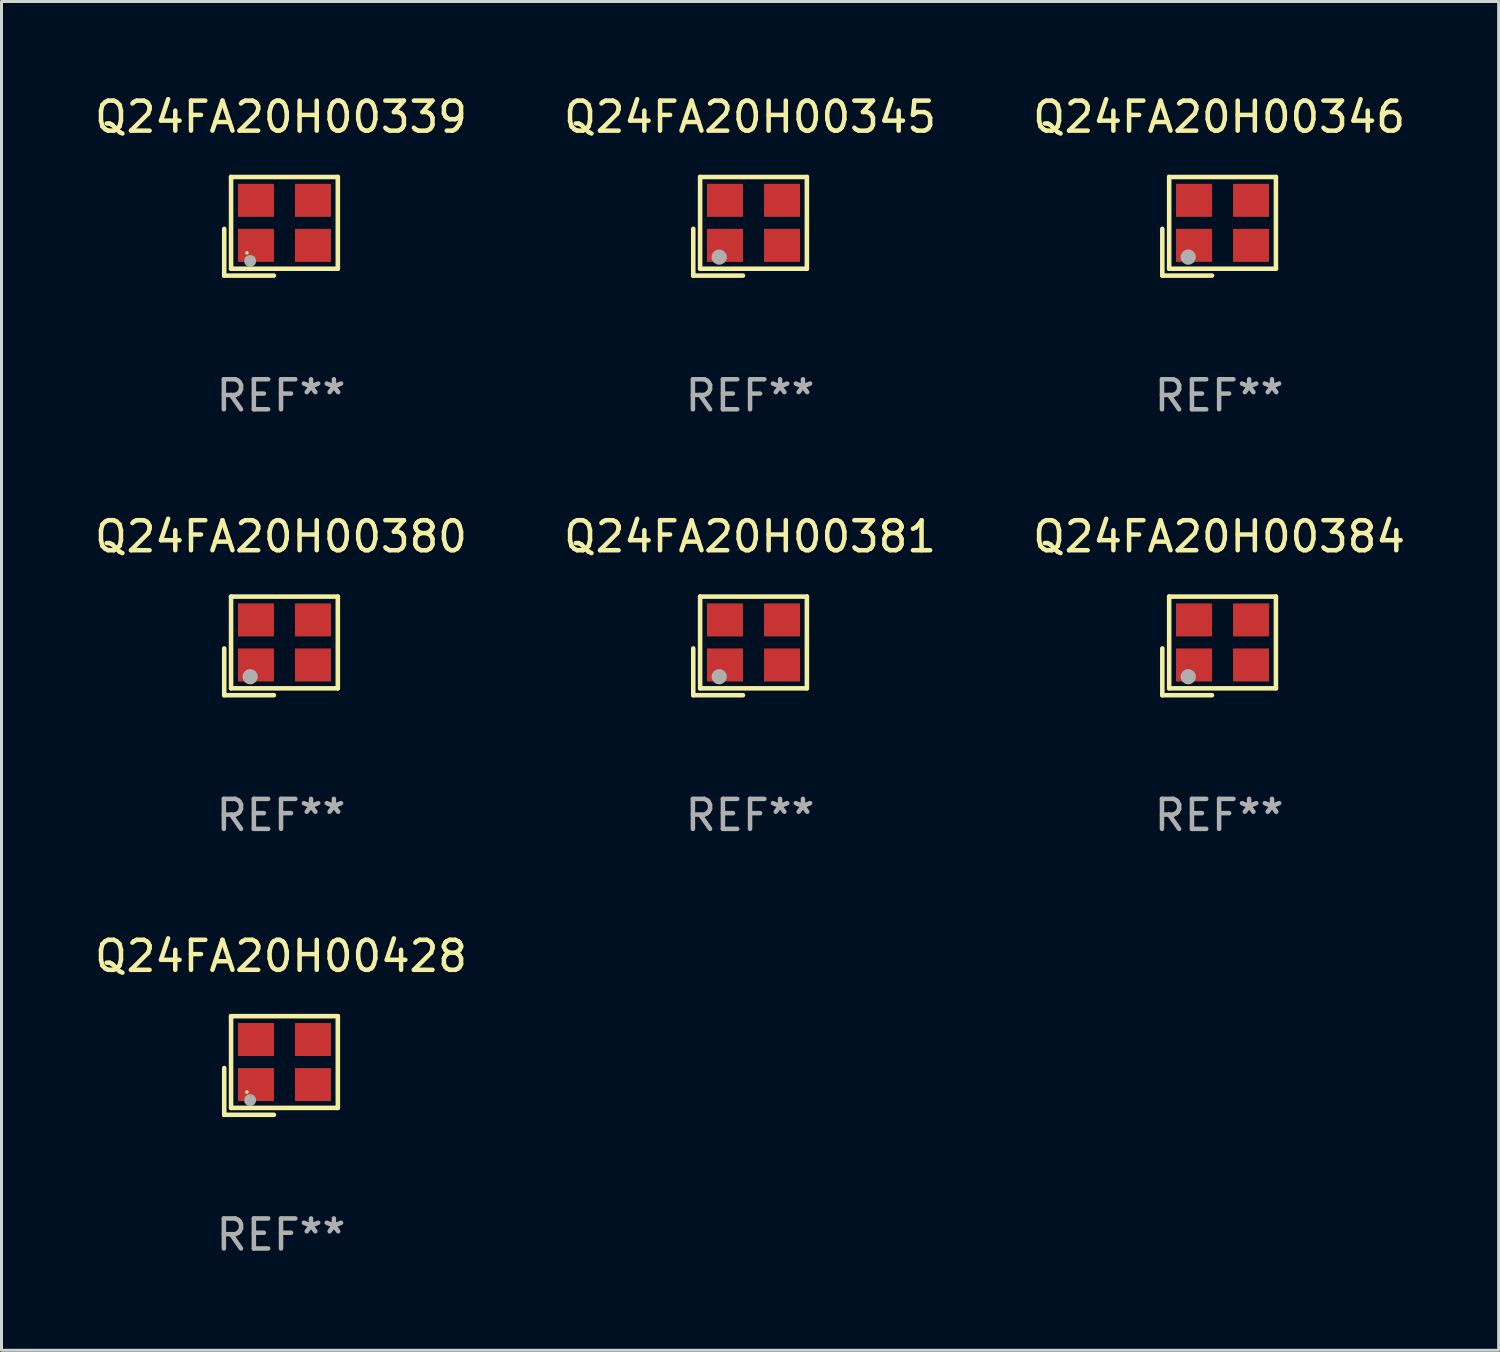
<source format=kicad_pcb>
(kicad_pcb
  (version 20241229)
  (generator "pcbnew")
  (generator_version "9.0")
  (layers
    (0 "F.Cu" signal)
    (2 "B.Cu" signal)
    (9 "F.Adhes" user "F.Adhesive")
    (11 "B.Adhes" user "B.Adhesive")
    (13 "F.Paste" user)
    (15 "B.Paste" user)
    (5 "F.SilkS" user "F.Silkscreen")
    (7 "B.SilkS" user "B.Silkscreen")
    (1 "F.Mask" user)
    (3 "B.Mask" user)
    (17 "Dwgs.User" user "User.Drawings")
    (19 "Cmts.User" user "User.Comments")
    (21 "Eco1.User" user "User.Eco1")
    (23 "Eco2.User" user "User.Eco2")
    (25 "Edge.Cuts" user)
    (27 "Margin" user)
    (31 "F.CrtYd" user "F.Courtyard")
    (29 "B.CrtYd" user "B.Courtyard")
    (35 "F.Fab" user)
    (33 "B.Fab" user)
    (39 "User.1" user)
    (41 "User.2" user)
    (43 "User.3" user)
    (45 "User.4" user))
  (footprint "Q24FA20H00380"
    (layer "F.Cu")
    (at 6.315 18.474)
    (property "Reference" "Q24FA20H00380" (at 0 -3.643 0) (layer "F.SilkS") (effects (font (size 1 1) (thickness 0.15))))
    (attr through_hole)
    (fp_line (start -1.893 0.086) (end -1.893 1.643) (stroke (width 0.152) (type solid)) (layer "F.SilkS"))
    (fp_line (start -1.893 1.643) (end -0.237 1.643) (stroke (width 0.152) (type solid)) (layer "F.SilkS"))
    (fp_line (start -1.665 -1.643) (end 1.893 -1.643) (stroke (width 0.152) (type solid)) (layer "F.SilkS"))
    (fp_line (start -1.665 1.414) (end -1.665 -1.643) (stroke (width 0.152) (type solid)) (layer "F.SilkS"))
    (fp_line (start 1.893 -1.643) (end 1.893 1.414) (stroke (width 0.152) (type solid)) (layer "F.SilkS"))
    (fp_line (start 1.893 1.414) (end -1.665 1.414) (stroke (width 0.152) (type solid)) (layer "F.SilkS"))
    (fp_circle (center -1.136 0.885) (end -1.106 0.885) (stroke (width 0.06) (type solid)) (fill no) (layer "F.SilkS"))
    (fp_circle (center -1.029 1.028) (end -0.902 1.028) (stroke (width 0.254) (type solid)) (fill no) (layer "F.Fab"))
    (fp_text user "REF**" (at 0 5.643 0) (layer "F.Fab") (effects (font (size 1 1) (thickness 0.15))))
    (pad "1" smd rect (at -0.836 0.636) (size 1.2 1.1) (layers "F.Cu" "F.Mask" "F.Paste"))
    (pad "2" smd rect (at 1.064 0.636) (size 1.2 1.1) (layers "F.Cu" "F.Mask" "F.Paste"))
    (pad "3" smd rect (at 1.064 -0.865) (size 1.2 1.1) (layers "F.Cu" "F.Mask" "F.Paste"))
    (pad "4" smd rect (at -0.836 -0.865) (size 1.2 1.1) (layers "F.Cu" "F.Mask" "F.Paste")))
  (footprint "Q24FA20H00339"
    (layer "F.Cu")
    (at 6.315 4.491)
    (property "Reference" "Q24FA20H00339" (at 0 -3.643 0) (layer "F.SilkS") (effects (font (size 1 1) (thickness 0.15))))
    (attr through_hole)
    (fp_line (start -1.893 0.086) (end -1.893 1.643) (stroke (width 0.152) (type solid)) (layer "F.SilkS"))
    (fp_line (start -1.893 1.643) (end -0.237 1.643) (stroke (width 0.152) (type solid)) (layer "F.SilkS"))
    (fp_line (start -1.665 -1.643) (end 1.893 -1.643) (stroke (width 0.152) (type solid)) (layer "F.SilkS"))
    (fp_line (start -1.665 1.414) (end -1.665 -1.643) (stroke (width 0.152) (type solid)) (layer "F.SilkS"))
    (fp_line (start 1.893 -1.643) (end 1.893 1.414) (stroke (width 0.152) (type solid)) (layer "F.SilkS"))
    (fp_line (start 1.893 1.414) (end -1.665 1.414) (stroke (width 0.152) (type solid)) (layer "F.SilkS"))
    (fp_circle (center -1.136 0.885) (end -1.106 0.885) (stroke (width 0.06) (type solid)) (fill no) (layer "F.SilkS"))
    (fp_circle (center -1.029 1.155) (end -0.929 1.155) (stroke (width 0.2) (type solid)) (fill no) (layer "F.Fab"))
    (fp_text user "REF**" (at 0 5.643 0) (layer "F.Fab") (effects (font (size 1 1) (thickness 0.15))))
    (pad "1" smd rect (at -0.836 0.636) (size 1.2 1.1) (layers "F.Cu" "F.Mask" "F.Paste"))
    (pad "2" smd rect (at 1.064 0.636) (size 1.2 1.1) (layers "F.Cu" "F.Mask" "F.Paste"))
    (pad "3" smd rect (at 1.064 -0.865) (size 1.2 1.1) (layers "F.Cu" "F.Mask" "F.Paste"))
    (pad "4" smd rect (at -0.836 -0.865) (size 1.2 1.1) (layers "F.Cu" "F.Mask" "F.Paste")))
  (footprint "Q24FA20H00381"
    (layer "F.Cu")
    (at 21.946 18.474)
    (property "Reference" "Q24FA20H00381" (at 0 -3.643 0) (layer "F.SilkS") (effects (font (size 1 1) (thickness 0.15))))
    (attr through_hole)
    (fp_line (start -1.893 0.086) (end -1.893 1.643) (stroke (width 0.152) (type solid)) (layer "F.SilkS"))
    (fp_line (start -1.893 1.643) (end -0.237 1.643) (stroke (width 0.152) (type solid)) (layer "F.SilkS"))
    (fp_line (start -1.665 -1.643) (end 1.893 -1.643) (stroke (width 0.152) (type solid)) (layer "F.SilkS"))
    (fp_line (start -1.665 1.414) (end -1.665 -1.643) (stroke (width 0.152) (type solid)) (layer "F.SilkS"))
    (fp_line (start 1.893 -1.643) (end 1.893 1.414) (stroke (width 0.152) (type solid)) (layer "F.SilkS"))
    (fp_line (start 1.893 1.414) (end -1.665 1.414) (stroke (width 0.152) (type solid)) (layer "F.SilkS"))
    (fp_circle (center -1.136 0.885) (end -1.106 0.885) (stroke (width 0.06) (type solid)) (fill no) (layer "F.SilkS"))
    (fp_circle (center -1.029 1.028) (end -0.902 1.028) (stroke (width 0.254) (type solid)) (fill no) (layer "F.Fab"))
    (fp_text user "REF**" (at 0 5.643 0) (layer "F.Fab") (effects (font (size 1 1) (thickness 0.15))))
    (pad "1" smd rect (at -0.836 0.636) (size 1.2 1.1) (layers "F.Cu" "F.Mask" "F.Paste"))
    (pad "2" smd rect (at 1.064 0.636) (size 1.2 1.1) (layers "F.Cu" "F.Mask" "F.Paste"))
    (pad "3" smd rect (at 1.064 -0.865) (size 1.2 1.1) (layers "F.Cu" "F.Mask" "F.Paste"))
    (pad "4" smd rect (at -0.836 -0.865) (size 1.2 1.1) (layers "F.Cu" "F.Mask" "F.Paste")))
  (footprint "Q24FA20H00346"
    (layer "F.Cu")
    (at 37.577 4.491)
    (property "Reference" "Q24FA20H00346" (at 0 -3.643 0) (layer "F.SilkS") (effects (font (size 1 1) (thickness 0.15))))
    (attr through_hole)
    (fp_line (start -1.893 0.086) (end -1.893 1.643) (stroke (width 0.152) (type solid)) (layer "F.SilkS"))
    (fp_line (start -1.893 1.643) (end -0.237 1.643) (stroke (width 0.152) (type solid)) (layer "F.SilkS"))
    (fp_line (start -1.665 -1.643) (end 1.893 -1.643) (stroke (width 0.152) (type solid)) (layer "F.SilkS"))
    (fp_line (start -1.665 1.414) (end -1.665 -1.643) (stroke (width 0.152) (type solid)) (layer "F.SilkS"))
    (fp_line (start 1.893 -1.643) (end 1.893 1.414) (stroke (width 0.152) (type solid)) (layer "F.SilkS"))
    (fp_line (start 1.893 1.414) (end -1.665 1.414) (stroke (width 0.152) (type solid)) (layer "F.SilkS"))
    (fp_circle (center -1.136 0.885) (end -1.106 0.885) (stroke (width 0.06) (type solid)) (fill no) (layer "F.SilkS"))
    (fp_circle (center -1.029 1.028) (end -0.902 1.028) (stroke (width 0.254) (type solid)) (fill no) (layer "F.Fab"))
    (fp_text user "REF**" (at 0 5.643 0) (layer "F.Fab") (effects (font (size 1 1) (thickness 0.15))))
    (pad "1" smd rect (at -0.836 0.636) (size 1.2 1.1) (layers "F.Cu" "F.Mask" "F.Paste"))
    (pad "2" smd rect (at 1.064 0.636) (size 1.2 1.1) (layers "F.Cu" "F.Mask" "F.Paste"))
    (pad "3" smd rect (at 1.064 -0.865) (size 1.2 1.1) (layers "F.Cu" "F.Mask" "F.Paste"))
    (pad "4" smd rect (at -0.836 -0.865) (size 1.2 1.1) (layers "F.Cu" "F.Mask" "F.Paste")))
  (footprint "Q24FA20H00428"
    (layer "F.Cu")
    (at 6.315 32.457)
    (property "Reference" "Q24FA20H00428" (at 0 -3.643 0) (layer "F.SilkS") (effects (font (size 1 1) (thickness 0.15))))
    (attr through_hole)
    (fp_line (start -1.893 0.086) (end -1.893 1.643) (stroke (width 0.152) (type solid)) (layer "F.SilkS"))
    (fp_line (start -1.893 1.643) (end -0.237 1.643) (stroke (width 0.152) (type solid)) (layer "F.SilkS"))
    (fp_line (start -1.665 -1.643) (end 1.893 -1.643) (stroke (width 0.152) (type solid)) (layer "F.SilkS"))
    (fp_line (start -1.665 1.414) (end -1.665 -1.643) (stroke (width 0.152) (type solid)) (layer "F.SilkS"))
    (fp_line (start 1.893 -1.643) (end 1.893 1.414) (stroke (width 0.152) (type solid)) (layer "F.SilkS"))
    (fp_line (start 1.893 1.414) (end -1.665 1.414) (stroke (width 0.152) (type solid)) (layer "F.SilkS"))
    (fp_circle (center -1.136 0.885) (end -1.106 0.885) (stroke (width 0.06) (type solid)) (fill no) (layer "F.SilkS"))
    (fp_circle (center -1.029 1.155) (end -0.929 1.155) (stroke (width 0.2) (type solid)) (fill no) (layer "F.Fab"))
    (fp_text user "REF**" (at 0 5.643 0) (layer "F.Fab") (effects (font (size 1 1) (thickness 0.15))))
    (pad "1" smd rect (at -0.836 0.636) (size 1.2 1.1) (layers "F.Cu" "F.Mask" "F.Paste"))
    (pad "2" smd rect (at 1.064 0.636) (size 1.2 1.1) (layers "F.Cu" "F.Mask" "F.Paste"))
    (pad "3" smd rect (at 1.064 -0.865) (size 1.2 1.1) (layers "F.Cu" "F.Mask" "F.Paste"))
    (pad "4" smd rect (at -0.836 -0.865) (size 1.2 1.1) (layers "F.Cu" "F.Mask" "F.Paste")))
  (footprint "Q24FA20H00345"
    (layer "F.Cu")
    (at 21.946 4.491)
    (property "Reference" "Q24FA20H00345" (at 0 -3.643 0) (layer "F.SilkS") (effects (font (size 1 1) (thickness 0.15))))
    (attr through_hole)
    (fp_line (start -1.893 0.086) (end -1.893 1.643) (stroke (width 0.152) (type solid)) (layer "F.SilkS"))
    (fp_line (start -1.893 1.643) (end -0.237 1.643) (stroke (width 0.152) (type solid)) (layer "F.SilkS"))
    (fp_line (start -1.665 -1.643) (end 1.893 -1.643) (stroke (width 0.152) (type solid)) (layer "F.SilkS"))
    (fp_line (start -1.665 1.414) (end -1.665 -1.643) (stroke (width 0.152) (type solid)) (layer "F.SilkS"))
    (fp_line (start 1.893 -1.643) (end 1.893 1.414) (stroke (width 0.152) (type solid)) (layer "F.SilkS"))
    (fp_line (start 1.893 1.414) (end -1.665 1.414) (stroke (width 0.152) (type solid)) (layer "F.SilkS"))
    (fp_circle (center -1.136 0.885) (end -1.106 0.885) (stroke (width 0.06) (type solid)) (fill no) (layer "F.SilkS"))
    (fp_circle (center -1.029 1.028) (end -0.902 1.028) (stroke (width 0.254) (type solid)) (fill no) (layer "F.Fab"))
    (fp_text user "REF**" (at 0 5.643 0) (layer "F.Fab") (effects (font (size 1 1) (thickness 0.15))))
    (pad "1" smd rect (at -0.836 0.636) (size 1.2 1.1) (layers "F.Cu" "F.Mask" "F.Paste"))
    (pad "2" smd rect (at 1.064 0.636) (size 1.2 1.1) (layers "F.Cu" "F.Mask" "F.Paste"))
    (pad "3" smd rect (at 1.064 -0.865) (size 1.2 1.1) (layers "F.Cu" "F.Mask" "F.Paste"))
    (pad "4" smd rect (at -0.836 -0.865) (size 1.2 1.1) (layers "F.Cu" "F.Mask" "F.Paste")))
  (footprint "Q24FA20H00384"
    (layer "F.Cu")
    (at 37.577 18.474)
    (property "Reference" "Q24FA20H00384" (at 0 -3.643 0) (layer "F.SilkS") (effects (font (size 1 1) (thickness 0.15))))
    (attr through_hole)
    (fp_line (start -1.893 0.086) (end -1.893 1.643) (stroke (width 0.152) (type solid)) (layer "F.SilkS"))
    (fp_line (start -1.893 1.643) (end -0.237 1.643) (stroke (width 0.152) (type solid)) (layer "F.SilkS"))
    (fp_line (start -1.665 -1.643) (end 1.893 -1.643) (stroke (width 0.152) (type solid)) (layer "F.SilkS"))
    (fp_line (start -1.665 1.414) (end -1.665 -1.643) (stroke (width 0.152) (type solid)) (layer "F.SilkS"))
    (fp_line (start 1.893 -1.643) (end 1.893 1.414) (stroke (width 0.152) (type solid)) (layer "F.SilkS"))
    (fp_line (start 1.893 1.414) (end -1.665 1.414) (stroke (width 0.152) (type solid)) (layer "F.SilkS"))
    (fp_circle (center -1.136 0.885) (end -1.106 0.885) (stroke (width 0.06) (type solid)) (fill no) (layer "F.SilkS"))
    (fp_circle (center -1.029 1.028) (end -0.902 1.028) (stroke (width 0.254) (type solid)) (fill no) (layer "F.Fab"))
    (fp_text user "REF**" (at 0 5.643 0) (layer "F.Fab") (effects (font (size 1 1) (thickness 0.15))))
    (pad "1" smd rect (at -0.836 0.636) (size 1.2 1.1) (layers "F.Cu" "F.Mask" "F.Paste"))
    (pad "2" smd rect (at 1.064 0.636) (size 1.2 1.1) (layers "F.Cu" "F.Mask" "F.Paste"))
    (pad "3" smd rect (at 1.064 -0.865) (size 1.2 1.1) (layers "F.Cu" "F.Mask" "F.Paste"))
    (pad "4" smd rect (at -0.836 -0.865) (size 1.2 1.1) (layers "F.Cu" "F.Mask" "F.Paste")))
  (gr_rect
    (start -3 -3)
    (end 46.893 41.948)
    (stroke (width 0.1) (type default))
    (fill no)
    (layer "Edge.Cuts")))
</source>
